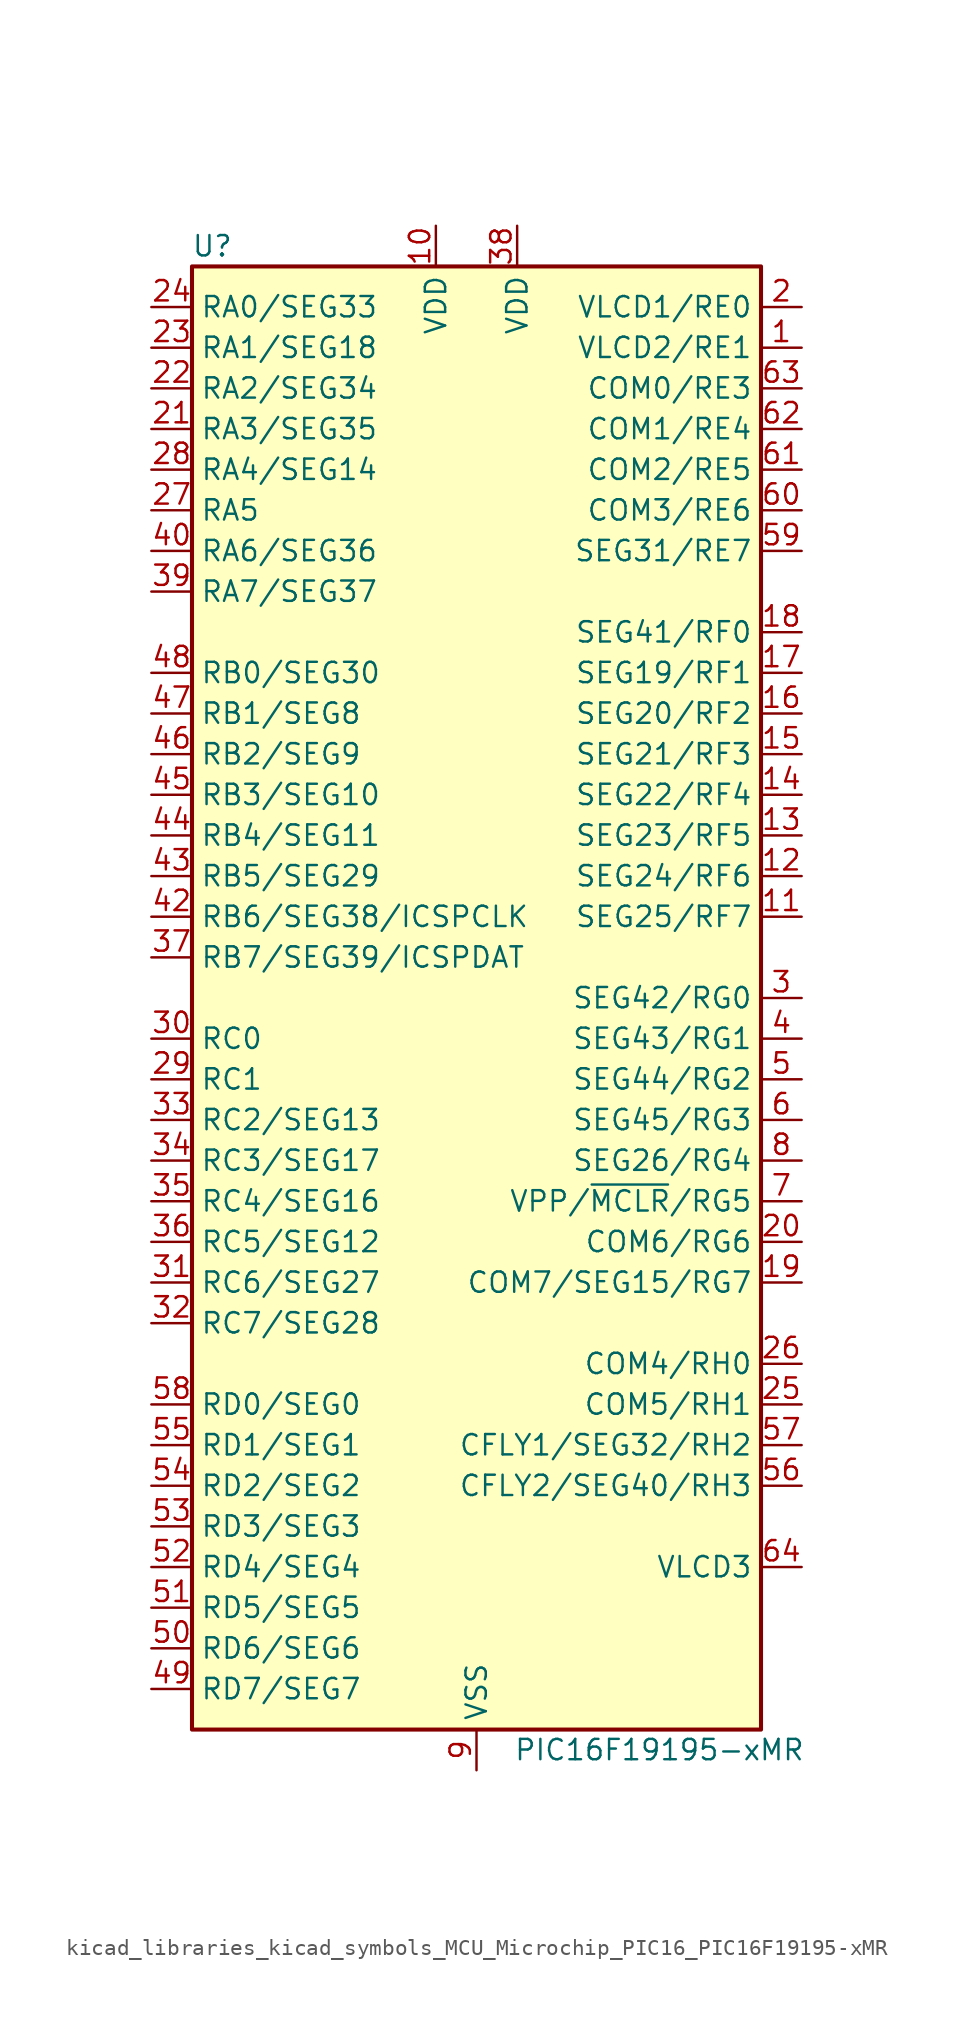
<source format=kicad_sym>
(kicad_symbol_lib
  (version 20220914)
  (generator kicad_symbol_editor)
  (symbol "kicad_libraries_kicad_symbols_MCU_Microchip_PIC16_PIC16F19195-xMR"
    (property "Reference" "U"
      (at -16.51 46.99 0)
      (effects (font (size 1.27 1.27))))
    (property "Value" "PIC16F19195-xMR"
      (at 11.43 -46.99 0)
      (effects (font (size 1.27 1.27))))
    (symbol "kicad_libraries_kicad_symbols_MCU_Microchip_PIC16_PIC16F19195-xMR_0_1"
      (rectangle (start -17.78 45.72) (end 17.78 -45.72) (stroke (width 0.254) (type default)) (fill (type background))))
    (symbol "kicad_libraries_kicad_symbols_MCU_Microchip_PIC16_PIC16F19195-xMR_1_1"
      (pin bidirectional line (at 20.32 40.64 180) (length 2.54) (name "VLCD2/RE1" (effects (font (size 1.27 1.27)))) (number "1" (effects (font (size 1.27 1.27)))))
      (pin power_in line (at -2.54 48.26 270) (length 2.54) (name "VDD" (effects (font (size 1.27 1.27)))) (number "10" (effects (font (size 1.27 1.27)))))
      (pin bidirectional line (at 20.32 5.08 180) (length 2.54) (name "SEG25/RF7" (effects (font (size 1.27 1.27)))) (number "11" (effects (font (size 1.27 1.27)))))
      (pin bidirectional line (at 20.32 7.62 180) (length 2.54) (name "SEG24/RF6" (effects (font (size 1.27 1.27)))) (number "12" (effects (font (size 1.27 1.27)))))
      (pin bidirectional line (at 20.32 10.16 180) (length 2.54) (name "SEG23/RF5" (effects (font (size 1.27 1.27)))) (number "13" (effects (font (size 1.27 1.27)))))
      (pin bidirectional line (at 20.32 12.7 180) (length 2.54) (name "SEG22/RF4" (effects (font (size 1.27 1.27)))) (number "14" (effects (font (size 1.27 1.27)))))
      (pin bidirectional line (at 20.32 15.24 180) (length 2.54) (name "SEG21/RF3" (effects (font (size 1.27 1.27)))) (number "15" (effects (font (size 1.27 1.27)))))
      (pin bidirectional line (at 20.32 17.78 180) (length 2.54) (name "SEG20/RF2" (effects (font (size 1.27 1.27)))) (number "16" (effects (font (size 1.27 1.27)))))
      (pin bidirectional line (at 20.32 20.32 180) (length 2.54) (name "SEG19/RF1" (effects (font (size 1.27 1.27)))) (number "17" (effects (font (size 1.27 1.27)))))
      (pin bidirectional line (at 20.32 22.86 180) (length 2.54) (name "SEG41/RF0" (effects (font (size 1.27 1.27)))) (number "18" (effects (font (size 1.27 1.27)))))
      (pin bidirectional line (at 20.32 -17.78 180) (length 2.54) (name "COM7/SEG15/RG7" (effects (font (size 1.27 1.27)))) (number "19" (effects (font (size 1.27 1.27)))))
      (pin bidirectional line (at 20.32 43.18 180) (length 2.54) (name "VLCD1/RE0" (effects (font (size 1.27 1.27)))) (number "2" (effects (font (size 1.27 1.27)))))
      (pin bidirectional line (at 20.32 -15.24 180) (length 2.54) (name "COM6/RG6" (effects (font (size 1.27 1.27)))) (number "20" (effects (font (size 1.27 1.27)))))
      (pin bidirectional line (at -20.32 35.56 0) (length 2.54) (name "RA3/SEG35" (effects (font (size 1.27 1.27)))) (number "21" (effects (font (size 1.27 1.27)))))
      (pin bidirectional line (at -20.32 38.1 0) (length 2.54) (name "RA2/SEG34" (effects (font (size 1.27 1.27)))) (number "22" (effects (font (size 1.27 1.27)))))
      (pin bidirectional line (at -20.32 40.64 0) (length 2.54) (name "RA1/SEG18" (effects (font (size 1.27 1.27)))) (number "23" (effects (font (size 1.27 1.27)))))
      (pin bidirectional line (at -20.32 43.18 0) (length 2.54) (name "RA0/SEG33" (effects (font (size 1.27 1.27)))) (number "24" (effects (font (size 1.27 1.27)))))
      (pin bidirectional line (at 20.32 -25.4 180) (length 2.54) (name "COM5/RH1" (effects (font (size 1.27 1.27)))) (number "25" (effects (font (size 1.27 1.27)))))
      (pin bidirectional line (at 20.32 -22.86 180) (length 2.54) (name "COM4/RH0" (effects (font (size 1.27 1.27)))) (number "26" (effects (font (size 1.27 1.27)))))
      (pin bidirectional line (at -20.32 30.48 0) (length 2.54) (name "RA5" (effects (font (size 1.27 1.27)))) (number "27" (effects (font (size 1.27 1.27)))))
      (pin bidirectional line (at -20.32 33.02 0) (length 2.54) (name "RA4/SEG14" (effects (font (size 1.27 1.27)))) (number "28" (effects (font (size 1.27 1.27)))))
      (pin bidirectional line (at -20.32 -5.08 0) (length 2.54) (name "RC1" (effects (font (size 1.27 1.27)))) (number "29" (effects (font (size 1.27 1.27)))))
      (pin bidirectional line (at 20.32 0 180) (length 2.54) (name "SEG42/RG0" (effects (font (size 1.27 1.27)))) (number "3" (effects (font (size 1.27 1.27)))))
      (pin bidirectional line (at -20.32 -2.54 0) (length 2.54) (name "RC0" (effects (font (size 1.27 1.27)))) (number "30" (effects (font (size 1.27 1.27)))))
      (pin bidirectional line (at -20.32 -17.78 0) (length 2.54) (name "RC6/SEG27" (effects (font (size 1.27 1.27)))) (number "31" (effects (font (size 1.27 1.27)))))
      (pin bidirectional line (at -20.32 -20.32 0) (length 2.54) (name "RC7/SEG28" (effects (font (size 1.27 1.27)))) (number "32" (effects (font (size 1.27 1.27)))))
      (pin bidirectional line (at -20.32 -7.62 0) (length 2.54) (name "RC2/SEG13" (effects (font (size 1.27 1.27)))) (number "33" (effects (font (size 1.27 1.27)))))
      (pin bidirectional line (at -20.32 -10.16 0) (length 2.54) (name "RC3/SEG17" (effects (font (size 1.27 1.27)))) (number "34" (effects (font (size 1.27 1.27)))))
      (pin bidirectional line (at -20.32 -12.7 0) (length 2.54) (name "RC4/SEG16" (effects (font (size 1.27 1.27)))) (number "35" (effects (font (size 1.27 1.27)))))
      (pin bidirectional line (at -20.32 -15.24 0) (length 2.54) (name "RC5/SEG12" (effects (font (size 1.27 1.27)))) (number "36" (effects (font (size 1.27 1.27)))))
      (pin bidirectional line (at -20.32 2.54 0) (length 2.54) (name "RB7/SEG39/ICSPDAT" (effects (font (size 1.27 1.27)))) (number "37" (effects (font (size 1.27 1.27)))))
      (pin power_in line (at 2.54 48.26 270) (length 2.54) (name "VDD" (effects (font (size 1.27 1.27)))) (number "38" (effects (font (size 1.27 1.27)))))
      (pin bidirectional line (at -20.32 25.4 0) (length 2.54) (name "RA7/SEG37" (effects (font (size 1.27 1.27)))) (number "39" (effects (font (size 1.27 1.27)))))
      (pin bidirectional line (at 20.32 -2.54 180) (length 2.54) (name "SEG43/RG1" (effects (font (size 1.27 1.27)))) (number "4" (effects (font (size 1.27 1.27)))))
      (pin bidirectional line (at -20.32 27.94 0) (length 2.54) (name "RA6/SEG36" (effects (font (size 1.27 1.27)))) (number "40" (effects (font (size 1.27 1.27)))))
      (pin passive line (at 0 -48.26 90) (length 2.54) hide (name "VSS" (effects (font (size 1.27 1.27)))) (number "41" (effects (font (size 1.27 1.27)))))
      (pin bidirectional line (at -20.32 5.08 0) (length 2.54) (name "RB6/SEG38/ICSPCLK" (effects (font (size 1.27 1.27)))) (number "42" (effects (font (size 1.27 1.27)))))
      (pin bidirectional line (at -20.32 7.62 0) (length 2.54) (name "RB5/SEG29" (effects (font (size 1.27 1.27)))) (number "43" (effects (font (size 1.27 1.27)))))
      (pin bidirectional line (at -20.32 10.16 0) (length 2.54) (name "RB4/SEG11" (effects (font (size 1.27 1.27)))) (number "44" (effects (font (size 1.27 1.27)))))
      (pin bidirectional line (at -20.32 12.7 0) (length 2.54) (name "RB3/SEG10" (effects (font (size 1.27 1.27)))) (number "45" (effects (font (size 1.27 1.27)))))
      (pin bidirectional line (at -20.32 15.24 0) (length 2.54) (name "RB2/SEG9" (effects (font (size 1.27 1.27)))) (number "46" (effects (font (size 1.27 1.27)))))
      (pin bidirectional line (at -20.32 17.78 0) (length 2.54) (name "RB1/SEG8" (effects (font (size 1.27 1.27)))) (number "47" (effects (font (size 1.27 1.27)))))
      (pin bidirectional line (at -20.32 20.32 0) (length 2.54) (name "RB0/SEG30" (effects (font (size 1.27 1.27)))) (number "48" (effects (font (size 1.27 1.27)))))
      (pin bidirectional line (at -20.32 -43.18 0) (length 2.54) (name "RD7/SEG7" (effects (font (size 1.27 1.27)))) (number "49" (effects (font (size 1.27 1.27)))))
      (pin bidirectional line (at 20.32 -5.08 180) (length 2.54) (name "SEG44/RG2" (effects (font (size 1.27 1.27)))) (number "5" (effects (font (size 1.27 1.27)))))
      (pin bidirectional line (at -20.32 -40.64 0) (length 2.54) (name "RD6/SEG6" (effects (font (size 1.27 1.27)))) (number "50" (effects (font (size 1.27 1.27)))))
      (pin bidirectional line (at -20.32 -38.1 0) (length 2.54) (name "RD5/SEG5" (effects (font (size 1.27 1.27)))) (number "51" (effects (font (size 1.27 1.27)))))
      (pin bidirectional line (at -20.32 -35.56 0) (length 2.54) (name "RD4/SEG4" (effects (font (size 1.27 1.27)))) (number "52" (effects (font (size 1.27 1.27)))))
      (pin bidirectional line (at -20.32 -33.02 0) (length 2.54) (name "RD3/SEG3" (effects (font (size 1.27 1.27)))) (number "53" (effects (font (size 1.27 1.27)))))
      (pin bidirectional line (at -20.32 -30.48 0) (length 2.54) (name "RD2/SEG2" (effects (font (size 1.27 1.27)))) (number "54" (effects (font (size 1.27 1.27)))))
      (pin bidirectional line (at -20.32 -27.94 0) (length 2.54) (name "RD1/SEG1" (effects (font (size 1.27 1.27)))) (number "55" (effects (font (size 1.27 1.27)))))
      (pin bidirectional line (at 20.32 -30.48 180) (length 2.54) (name "CFLY2/SEG40/RH3" (effects (font (size 1.27 1.27)))) (number "56" (effects (font (size 1.27 1.27)))))
      (pin bidirectional line (at 20.32 -27.94 180) (length 2.54) (name "CFLY1/SEG32/RH2" (effects (font (size 1.27 1.27)))) (number "57" (effects (font (size 1.27 1.27)))))
      (pin bidirectional line (at -20.32 -25.4 0) (length 2.54) (name "RD0/SEG0" (effects (font (size 1.27 1.27)))) (number "58" (effects (font (size 1.27 1.27)))))
      (pin bidirectional line (at 20.32 27.94 180) (length 2.54) (name "SEG31/RE7" (effects (font (size 1.27 1.27)))) (number "59" (effects (font (size 1.27 1.27)))))
      (pin bidirectional line (at 20.32 -7.62 180) (length 2.54) (name "SEG45/RG3" (effects (font (size 1.27 1.27)))) (number "6" (effects (font (size 1.27 1.27)))))
      (pin bidirectional line (at 20.32 30.48 180) (length 2.54) (name "COM3/RE6" (effects (font (size 1.27 1.27)))) (number "60" (effects (font (size 1.27 1.27)))))
      (pin bidirectional line (at 20.32 33.02 180) (length 2.54) (name "COM2/RE5" (effects (font (size 1.27 1.27)))) (number "61" (effects (font (size 1.27 1.27)))))
      (pin bidirectional line (at 20.32 35.56 180) (length 2.54) (name "COM1/RE4" (effects (font (size 1.27 1.27)))) (number "62" (effects (font (size 1.27 1.27)))))
      (pin bidirectional line (at 20.32 38.1 180) (length 2.54) (name "COM0/RE3" (effects (font (size 1.27 1.27)))) (number "63" (effects (font (size 1.27 1.27)))))
      (pin input line (at 20.32 -35.56 180) (length 2.54) (name "VLCD3" (effects (font (size 1.27 1.27)))) (number "64" (effects (font (size 1.27 1.27)))))
      (pin passive line (at 0 -48.26 90) (length 2.54) hide (name "VSS" (effects (font (size 1.27 1.27)))) (number "65" (effects (font (size 1.27 1.27)))))
      (pin bidirectional line (at 20.32 -12.7 180) (length 2.54) (name "VPP/~{MCLR}/RG5" (effects (font (size 1.27 1.27)))) (number "7" (effects (font (size 1.27 1.27)))))
      (pin bidirectional line (at 20.32 -10.16 180) (length 2.54) (name "SEG26/RG4" (effects (font (size 1.27 1.27)))) (number "8" (effects (font (size 1.27 1.27)))))
      (pin power_in line (at 0 -48.26 90) (length 2.54) (name "VSS" (effects (font (size 1.27 1.27)))) (number "9" (effects (font (size 1.27 1.27))))))))
</source>
